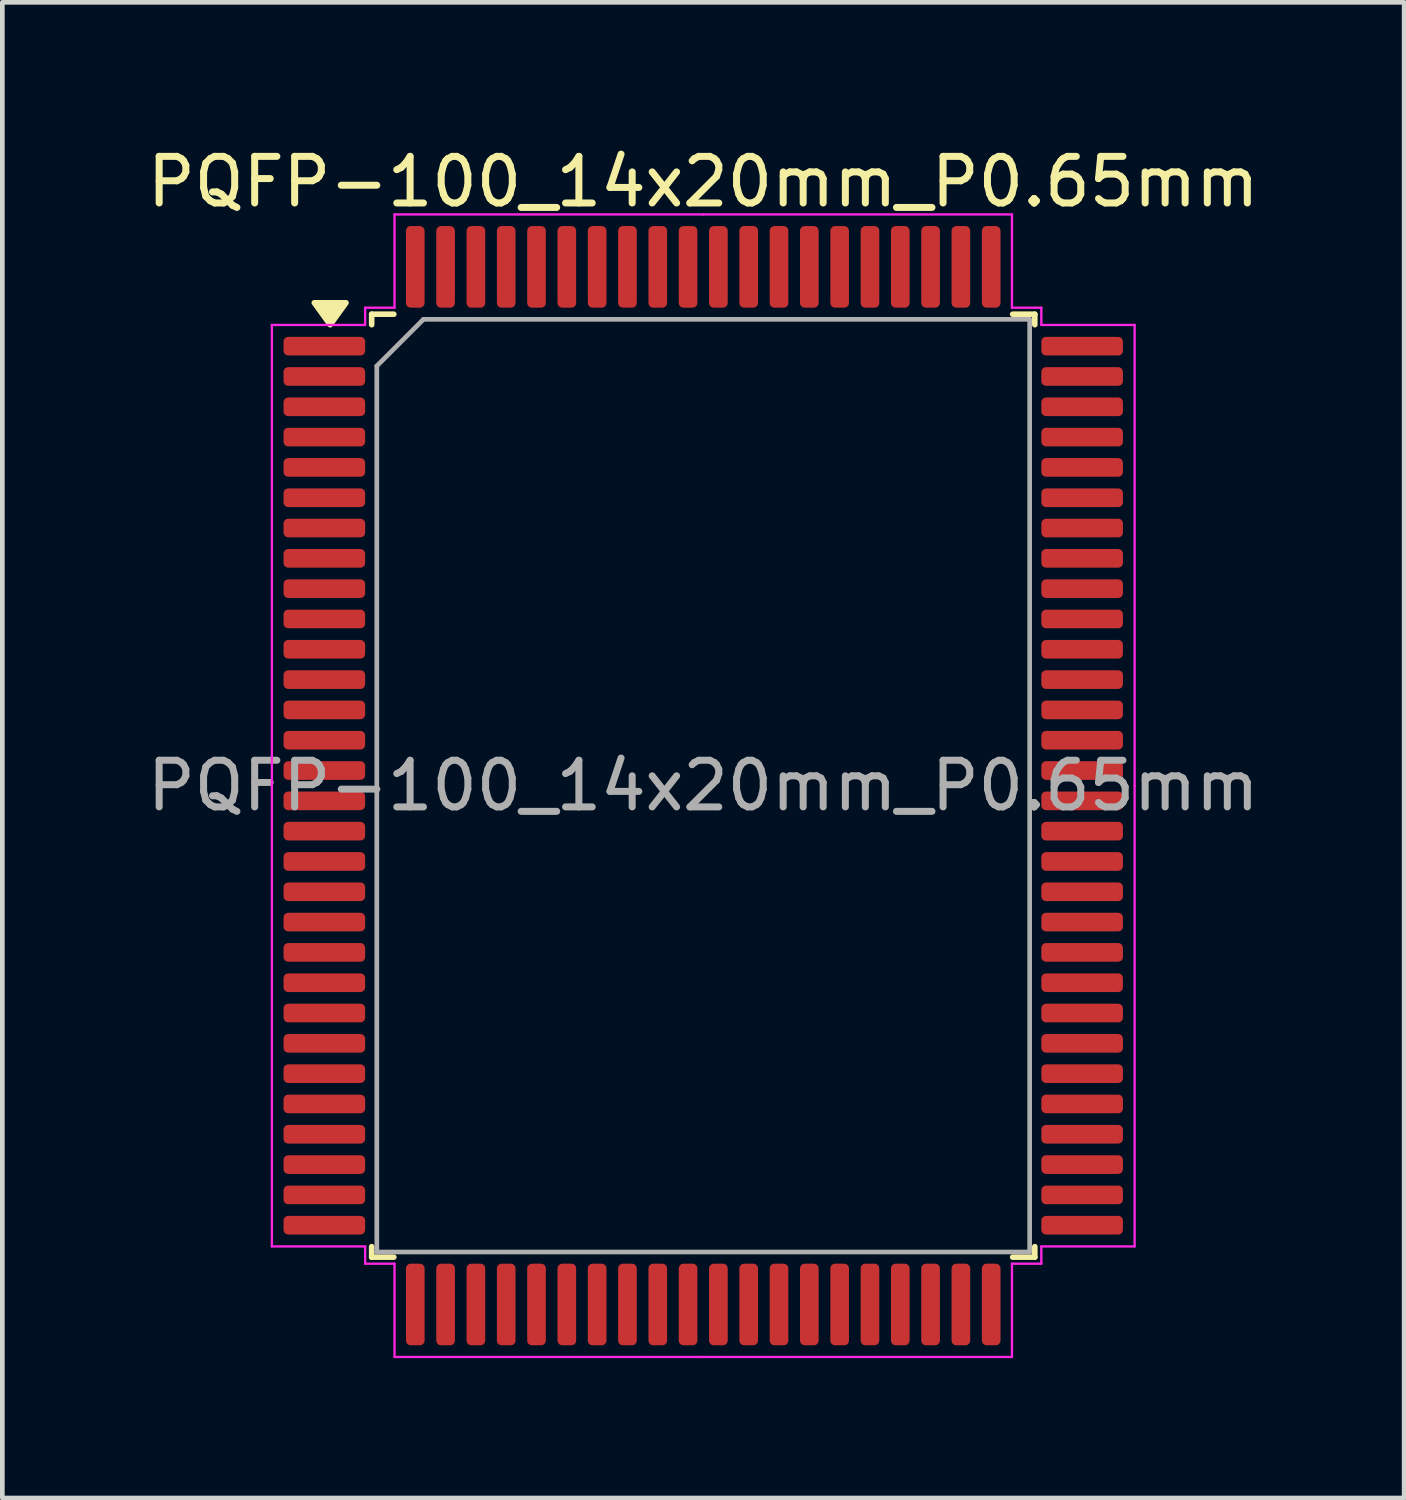
<source format=kicad_pcb>
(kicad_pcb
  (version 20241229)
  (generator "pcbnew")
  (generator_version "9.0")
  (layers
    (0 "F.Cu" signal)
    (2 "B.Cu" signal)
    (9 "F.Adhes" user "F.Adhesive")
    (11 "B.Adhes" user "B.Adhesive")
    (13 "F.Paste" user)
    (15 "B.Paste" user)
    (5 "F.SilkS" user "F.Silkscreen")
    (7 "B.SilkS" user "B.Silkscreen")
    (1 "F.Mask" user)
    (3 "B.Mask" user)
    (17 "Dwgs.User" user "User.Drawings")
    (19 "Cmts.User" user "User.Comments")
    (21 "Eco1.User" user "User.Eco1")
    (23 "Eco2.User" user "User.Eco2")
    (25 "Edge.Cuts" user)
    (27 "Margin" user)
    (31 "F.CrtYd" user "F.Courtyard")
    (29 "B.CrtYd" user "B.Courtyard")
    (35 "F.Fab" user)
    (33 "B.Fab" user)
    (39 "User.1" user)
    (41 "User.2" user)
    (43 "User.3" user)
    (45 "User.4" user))
  (footprint "PQFP-100_14x20mm_P0.65mm"
    (layer "F.Cu")
    (at 12.03 13.798)
    (property "Reference" "PQFP-100_14x20mm_P0.65mm" (at 0 -12.95 0) (layer "F.SilkS") (effects (font (size 1 1) (thickness 0.15))))
    (attr smd)
    (fp_line (start -7.11 -10.11) (end -7.11 -9.885) (stroke (width 0.12) (type solid)) (layer "F.SilkS"))
    (fp_line (start -7.11 10.11) (end -7.11 9.885) (stroke (width 0.12) (type solid)) (layer "F.SilkS"))
    (fp_line (start -6.635 -10.11) (end -7.11 -10.11) (stroke (width 0.12) (type solid)) (layer "F.SilkS"))
    (fp_line (start -6.635 10.11) (end -7.11 10.11) (stroke (width 0.12) (type solid)) (layer "F.SilkS"))
    (fp_line (start 6.635 -10.11) (end 7.11 -10.11) (stroke (width 0.12) (type solid)) (layer "F.SilkS"))
    (fp_line (start 6.635 10.11) (end 7.11 10.11) (stroke (width 0.12) (type solid)) (layer "F.SilkS"))
    (fp_line (start 7.11 -10.11) (end 7.11 -9.885) (stroke (width 0.12) (type solid)) (layer "F.SilkS"))
    (fp_line (start 7.11 10.11) (end 7.11 9.885) (stroke (width 0.12) (type solid)) (layer "F.SilkS"))
    (fp_poly (pts (xy -8 -9.885) (xy -8.34 -10.355) (xy -7.66 -10.355) (xy -8 -9.885)) (stroke (width 0.12) (type solid)) (fill yes) (layer "F.SilkS"))
    (fp_line (start -9.25 -9.88) (end -9.25 0) (stroke (width 0.05) (type solid)) (layer "F.CrtYd"))
    (fp_line (start -9.25 9.88) (end -9.25 0) (stroke (width 0.05) (type solid)) (layer "F.CrtYd"))
    (fp_line (start -7.25 -10.25) (end -7.25 -9.88) (stroke (width 0.05) (type solid)) (layer "F.CrtYd"))
    (fp_line (start -7.25 -9.88) (end -9.25 -9.88) (stroke (width 0.05) (type solid)) (layer "F.CrtYd"))
    (fp_line (start -7.25 9.88) (end -9.25 9.88) (stroke (width 0.05) (type solid)) (layer "F.CrtYd"))
    (fp_line (start -7.25 10.25) (end -7.25 9.88) (stroke (width 0.05) (type solid)) (layer "F.CrtYd"))
    (fp_line (start -6.62 -12.25) (end -6.62 -10.25) (stroke (width 0.05) (type solid)) (layer "F.CrtYd"))
    (fp_line (start -6.62 -10.25) (end -7.25 -10.25) (stroke (width 0.05) (type solid)) (layer "F.CrtYd"))
    (fp_line (start -6.62 10.25) (end -7.25 10.25) (stroke (width 0.05) (type solid)) (layer "F.CrtYd"))
    (fp_line (start -6.62 12.25) (end -6.62 10.25) (stroke (width 0.05) (type solid)) (layer "F.CrtYd"))
    (fp_line (start 0 -12.25) (end -6.62 -12.25) (stroke (width 0.05) (type solid)) (layer "F.CrtYd"))
    (fp_line (start 0 -12.25) (end 6.62 -12.25) (stroke (width 0.05) (type solid)) (layer "F.CrtYd"))
    (fp_line (start 0 12.25) (end -6.62 12.25) (stroke (width 0.05) (type solid)) (layer "F.CrtYd"))
    (fp_line (start 0 12.25) (end 6.62 12.25) (stroke (width 0.05) (type solid)) (layer "F.CrtYd"))
    (fp_line (start 6.62 -12.25) (end 6.62 -10.25) (stroke (width 0.05) (type solid)) (layer "F.CrtYd"))
    (fp_line (start 6.62 -10.25) (end 7.25 -10.25) (stroke (width 0.05) (type solid)) (layer "F.CrtYd"))
    (fp_line (start 6.62 10.25) (end 7.25 10.25) (stroke (width 0.05) (type solid)) (layer "F.CrtYd"))
    (fp_line (start 6.62 12.25) (end 6.62 10.25) (stroke (width 0.05) (type solid)) (layer "F.CrtYd"))
    (fp_line (start 7.25 -10.25) (end 7.25 -9.88) (stroke (width 0.05) (type solid)) (layer "F.CrtYd"))
    (fp_line (start 7.25 -9.88) (end 9.25 -9.88) (stroke (width 0.05) (type solid)) (layer "F.CrtYd"))
    (fp_line (start 7.25 9.88) (end 9.25 9.88) (stroke (width 0.05) (type solid)) (layer "F.CrtYd"))
    (fp_line (start 7.25 10.25) (end 7.25 9.88) (stroke (width 0.05) (type solid)) (layer "F.CrtYd"))
    (fp_line (start 9.25 -9.88) (end 9.25 0) (stroke (width 0.05) (type solid)) (layer "F.CrtYd"))
    (fp_line (start 9.25 9.88) (end 9.25 0) (stroke (width 0.05) (type solid)) (layer "F.CrtYd"))
    (fp_line (start -7 -9) (end -6 -10) (stroke (width 0.1) (type solid)) (layer "F.Fab"))
    (fp_line (start -7 10) (end -7 -9) (stroke (width 0.1) (type solid)) (layer "F.Fab"))
    (fp_line (start -6 -10) (end 7 -10) (stroke (width 0.1) (type solid)) (layer "F.Fab"))
    (fp_line (start 7 -10) (end 7 10) (stroke (width 0.1) (type solid)) (layer "F.Fab"))
    (fp_line (start 7 10) (end -7 10) (stroke (width 0.1) (type solid)) (layer "F.Fab"))
    (fp_text user "${REFERENCE}" (at 0 0 0) (layer "F.Fab") (effects (font (size 1 1) (thickness 0.15))))
    (pad "1" smd roundrect (at -8.125 -9.425) (size 1.75 0.4) (layers "F.Cu" "F.Mask" "F.Paste") (roundrect_rratio 0.25))
    (pad "2" smd roundrect (at -8.125 -8.775) (size 1.75 0.4) (layers "F.Cu" "F.Mask" "F.Paste") (roundrect_rratio 0.25))
    (pad "3" smd roundrect (at -8.125 -8.125) (size 1.75 0.4) (layers "F.Cu" "F.Mask" "F.Paste") (roundrect_rratio 0.25))
    (pad "4" smd roundrect (at -8.125 -7.475) (size 1.75 0.4) (layers "F.Cu" "F.Mask" "F.Paste") (roundrect_rratio 0.25))
    (pad "5" smd roundrect (at -8.125 -6.825) (size 1.75 0.4) (layers "F.Cu" "F.Mask" "F.Paste") (roundrect_rratio 0.25))
    (pad "6" smd roundrect (at -8.125 -6.175) (size 1.75 0.4) (layers "F.Cu" "F.Mask" "F.Paste") (roundrect_rratio 0.25))
    (pad "7" smd roundrect (at -8.125 -5.525) (size 1.75 0.4) (layers "F.Cu" "F.Mask" "F.Paste") (roundrect_rratio 0.25))
    (pad "8" smd roundrect (at -8.125 -4.875) (size 1.75 0.4) (layers "F.Cu" "F.Mask" "F.Paste") (roundrect_rratio 0.25))
    (pad "9" smd roundrect (at -8.125 -4.225) (size 1.75 0.4) (layers "F.Cu" "F.Mask" "F.Paste") (roundrect_rratio 0.25))
    (pad "10" smd roundrect (at -8.125 -3.575) (size 1.75 0.4) (layers "F.Cu" "F.Mask" "F.Paste") (roundrect_rratio 0.25))
    (pad "11" smd roundrect (at -8.125 -2.925) (size 1.75 0.4) (layers "F.Cu" "F.Mask" "F.Paste") (roundrect_rratio 0.25))
    (pad "12" smd roundrect (at -8.125 -2.275) (size 1.75 0.4) (layers "F.Cu" "F.Mask" "F.Paste") (roundrect_rratio 0.25))
    (pad "13" smd roundrect (at -8.125 -1.625) (size 1.75 0.4) (layers "F.Cu" "F.Mask" "F.Paste") (roundrect_rratio 0.25))
    (pad "14" smd roundrect (at -8.125 -0.975) (size 1.75 0.4) (layers "F.Cu" "F.Mask" "F.Paste") (roundrect_rratio 0.25))
    (pad "15" smd roundrect (at -8.125 -0.325) (size 1.75 0.4) (layers "F.Cu" "F.Mask" "F.Paste") (roundrect_rratio 0.25))
    (pad "16" smd roundrect (at -8.125 0.325) (size 1.75 0.4) (layers "F.Cu" "F.Mask" "F.Paste") (roundrect_rratio 0.25))
    (pad "17" smd roundrect (at -8.125 0.975) (size 1.75 0.4) (layers "F.Cu" "F.Mask" "F.Paste") (roundrect_rratio 0.25))
    (pad "18" smd roundrect (at -8.125 1.625) (size 1.75 0.4) (layers "F.Cu" "F.Mask" "F.Paste") (roundrect_rratio 0.25))
    (pad "19" smd roundrect (at -8.125 2.275) (size 1.75 0.4) (layers "F.Cu" "F.Mask" "F.Paste") (roundrect_rratio 0.25))
    (pad "20" smd roundrect (at -8.125 2.925) (size 1.75 0.4) (layers "F.Cu" "F.Mask" "F.Paste") (roundrect_rratio 0.25))
    (pad "21" smd roundrect (at -8.125 3.575) (size 1.75 0.4) (layers "F.Cu" "F.Mask" "F.Paste") (roundrect_rratio 0.25))
    (pad "22" smd roundrect (at -8.125 4.225) (size 1.75 0.4) (layers "F.Cu" "F.Mask" "F.Paste") (roundrect_rratio 0.25))
    (pad "23" smd roundrect (at -8.125 4.875) (size 1.75 0.4) (layers "F.Cu" "F.Mask" "F.Paste") (roundrect_rratio 0.25))
    (pad "24" smd roundrect (at -8.125 5.525) (size 1.75 0.4) (layers "F.Cu" "F.Mask" "F.Paste") (roundrect_rratio 0.25))
    (pad "25" smd roundrect (at -8.125 6.175) (size 1.75 0.4) (layers "F.Cu" "F.Mask" "F.Paste") (roundrect_rratio 0.25))
    (pad "26" smd roundrect (at -8.125 6.825) (size 1.75 0.4) (layers "F.Cu" "F.Mask" "F.Paste") (roundrect_rratio 0.25))
    (pad "27" smd roundrect (at -8.125 7.475) (size 1.75 0.4) (layers "F.Cu" "F.Mask" "F.Paste") (roundrect_rratio 0.25))
    (pad "28" smd roundrect (at -8.125 8.125) (size 1.75 0.4) (layers "F.Cu" "F.Mask" "F.Paste") (roundrect_rratio 0.25))
    (pad "29" smd roundrect (at -8.125 8.775) (size 1.75 0.4) (layers "F.Cu" "F.Mask" "F.Paste") (roundrect_rratio 0.25))
    (pad "30" smd roundrect (at -8.125 9.425) (size 1.75 0.4) (layers "F.Cu" "F.Mask" "F.Paste") (roundrect_rratio 0.25))
    (pad "31" smd roundrect (at -6.175 11.125) (size 0.4 1.75) (layers "F.Cu" "F.Mask" "F.Paste") (roundrect_rratio 0.25))
    (pad "32" smd roundrect (at -5.525 11.125) (size 0.4 1.75) (layers "F.Cu" "F.Mask" "F.Paste") (roundrect_rratio 0.25))
    (pad "33" smd roundrect (at -4.875 11.125) (size 0.4 1.75) (layers "F.Cu" "F.Mask" "F.Paste") (roundrect_rratio 0.25))
    (pad "34" smd roundrect (at -4.225 11.125) (size 0.4 1.75) (layers "F.Cu" "F.Mask" "F.Paste") (roundrect_rratio 0.25))
    (pad "35" smd roundrect (at -3.575 11.125) (size 0.4 1.75) (layers "F.Cu" "F.Mask" "F.Paste") (roundrect_rratio 0.25))
    (pad "36" smd roundrect (at -2.925 11.125) (size 0.4 1.75) (layers "F.Cu" "F.Mask" "F.Paste") (roundrect_rratio 0.25))
    (pad "37" smd roundrect (at -2.275 11.125) (size 0.4 1.75) (layers "F.Cu" "F.Mask" "F.Paste") (roundrect_rratio 0.25))
    (pad "38" smd roundrect (at -1.625 11.125) (size 0.4 1.75) (layers "F.Cu" "F.Mask" "F.Paste") (roundrect_rratio 0.25))
    (pad "39" smd roundrect (at -0.975 11.125) (size 0.4 1.75) (layers "F.Cu" "F.Mask" "F.Paste") (roundrect_rratio 0.25))
    (pad "40" smd roundrect (at -0.325 11.125) (size 0.4 1.75) (layers "F.Cu" "F.Mask" "F.Paste") (roundrect_rratio 0.25))
    (pad "41" smd roundrect (at 0.325 11.125) (size 0.4 1.75) (layers "F.Cu" "F.Mask" "F.Paste") (roundrect_rratio 0.25))
    (pad "42" smd roundrect (at 0.975 11.125) (size 0.4 1.75) (layers "F.Cu" "F.Mask" "F.Paste") (roundrect_rratio 0.25))
    (pad "43" smd roundrect (at 1.625 11.125) (size 0.4 1.75) (layers "F.Cu" "F.Mask" "F.Paste") (roundrect_rratio 0.25))
    (pad "44" smd roundrect (at 2.275 11.125) (size 0.4 1.75) (layers "F.Cu" "F.Mask" "F.Paste") (roundrect_rratio 0.25))
    (pad "45" smd roundrect (at 2.925 11.125) (size 0.4 1.75) (layers "F.Cu" "F.Mask" "F.Paste") (roundrect_rratio 0.25))
    (pad "46" smd roundrect (at 3.575 11.125) (size 0.4 1.75) (layers "F.Cu" "F.Mask" "F.Paste") (roundrect_rratio 0.25))
    (pad "47" smd roundrect (at 4.225 11.125) (size 0.4 1.75) (layers "F.Cu" "F.Mask" "F.Paste") (roundrect_rratio 0.25))
    (pad "48" smd roundrect (at 4.875 11.125) (size 0.4 1.75) (layers "F.Cu" "F.Mask" "F.Paste") (roundrect_rratio 0.25))
    (pad "49" smd roundrect (at 5.525 11.125) (size 0.4 1.75) (layers "F.Cu" "F.Mask" "F.Paste") (roundrect_rratio 0.25))
    (pad "50" smd roundrect (at 6.175 11.125) (size 0.4 1.75) (layers "F.Cu" "F.Mask" "F.Paste") (roundrect_rratio 0.25))
    (pad "51" smd roundrect (at 8.125 9.425) (size 1.75 0.4) (layers "F.Cu" "F.Mask" "F.Paste") (roundrect_rratio 0.25))
    (pad "52" smd roundrect (at 8.125 8.775) (size 1.75 0.4) (layers "F.Cu" "F.Mask" "F.Paste") (roundrect_rratio 0.25))
    (pad "53" smd roundrect (at 8.125 8.125) (size 1.75 0.4) (layers "F.Cu" "F.Mask" "F.Paste") (roundrect_rratio 0.25))
    (pad "54" smd roundrect (at 8.125 7.475) (size 1.75 0.4) (layers "F.Cu" "F.Mask" "F.Paste") (roundrect_rratio 0.25))
    (pad "55" smd roundrect (at 8.125 6.825) (size 1.75 0.4) (layers "F.Cu" "F.Mask" "F.Paste") (roundrect_rratio 0.25))
    (pad "56" smd roundrect (at 8.125 6.175) (size 1.75 0.4) (layers "F.Cu" "F.Mask" "F.Paste") (roundrect_rratio 0.25))
    (pad "57" smd roundrect (at 8.125 5.525) (size 1.75 0.4) (layers "F.Cu" "F.Mask" "F.Paste") (roundrect_rratio 0.25))
    (pad "58" smd roundrect (at 8.125 4.875) (size 1.75 0.4) (layers "F.Cu" "F.Mask" "F.Paste") (roundrect_rratio 0.25))
    (pad "59" smd roundrect (at 8.125 4.225) (size 1.75 0.4) (layers "F.Cu" "F.Mask" "F.Paste") (roundrect_rratio 0.25))
    (pad "60" smd roundrect (at 8.125 3.575) (size 1.75 0.4) (layers "F.Cu" "F.Mask" "F.Paste") (roundrect_rratio 0.25))
    (pad "61" smd roundrect (at 8.125 2.925) (size 1.75 0.4) (layers "F.Cu" "F.Mask" "F.Paste") (roundrect_rratio 0.25))
    (pad "62" smd roundrect (at 8.125 2.275) (size 1.75 0.4) (layers "F.Cu" "F.Mask" "F.Paste") (roundrect_rratio 0.25))
    (pad "63" smd roundrect (at 8.125 1.625) (size 1.75 0.4) (layers "F.Cu" "F.Mask" "F.Paste") (roundrect_rratio 0.25))
    (pad "64" smd roundrect (at 8.125 0.975) (size 1.75 0.4) (layers "F.Cu" "F.Mask" "F.Paste") (roundrect_rratio 0.25))
    (pad "65" smd roundrect (at 8.125 0.325) (size 1.75 0.4) (layers "F.Cu" "F.Mask" "F.Paste") (roundrect_rratio 0.25))
    (pad "66" smd roundrect (at 8.125 -0.325) (size 1.75 0.4) (layers "F.Cu" "F.Mask" "F.Paste") (roundrect_rratio 0.25))
    (pad "67" smd roundrect (at 8.125 -0.975) (size 1.75 0.4) (layers "F.Cu" "F.Mask" "F.Paste") (roundrect_rratio 0.25))
    (pad "68" smd roundrect (at 8.125 -1.625) (size 1.75 0.4) (layers "F.Cu" "F.Mask" "F.Paste") (roundrect_rratio 0.25))
    (pad "69" smd roundrect (at 8.125 -2.275) (size 1.75 0.4) (layers "F.Cu" "F.Mask" "F.Paste") (roundrect_rratio 0.25))
    (pad "70" smd roundrect (at 8.125 -2.925) (size 1.75 0.4) (layers "F.Cu" "F.Mask" "F.Paste") (roundrect_rratio 0.25))
    (pad "71" smd roundrect (at 8.125 -3.575) (size 1.75 0.4) (layers "F.Cu" "F.Mask" "F.Paste") (roundrect_rratio 0.25))
    (pad "72" smd roundrect (at 8.125 -4.225) (size 1.75 0.4) (layers "F.Cu" "F.Mask" "F.Paste") (roundrect_rratio 0.25))
    (pad "73" smd roundrect (at 8.125 -4.875) (size 1.75 0.4) (layers "F.Cu" "F.Mask" "F.Paste") (roundrect_rratio 0.25))
    (pad "74" smd roundrect (at 8.125 -5.525) (size 1.75 0.4) (layers "F.Cu" "F.Mask" "F.Paste") (roundrect_rratio 0.25))
    (pad "75" smd roundrect (at 8.125 -6.175) (size 1.75 0.4) (layers "F.Cu" "F.Mask" "F.Paste") (roundrect_rratio 0.25))
    (pad "76" smd roundrect (at 8.125 -6.825) (size 1.75 0.4) (layers "F.Cu" "F.Mask" "F.Paste") (roundrect_rratio 0.25))
    (pad "77" smd roundrect (at 8.125 -7.475) (size 1.75 0.4) (layers "F.Cu" "F.Mask" "F.Paste") (roundrect_rratio 0.25))
    (pad "78" smd roundrect (at 8.125 -8.125) (size 1.75 0.4) (layers "F.Cu" "F.Mask" "F.Paste") (roundrect_rratio 0.25))
    (pad "79" smd roundrect (at 8.125 -8.775) (size 1.75 0.4) (layers "F.Cu" "F.Mask" "F.Paste") (roundrect_rratio 0.25))
    (pad "80" smd roundrect (at 8.125 -9.425) (size 1.75 0.4) (layers "F.Cu" "F.Mask" "F.Paste") (roundrect_rratio 0.25))
    (pad "81" smd roundrect (at 6.175 -11.125) (size 0.4 1.75) (layers "F.Cu" "F.Mask" "F.Paste") (roundrect_rratio 0.25))
    (pad "82" smd roundrect (at 5.525 -11.125) (size 0.4 1.75) (layers "F.Cu" "F.Mask" "F.Paste") (roundrect_rratio 0.25))
    (pad "83" smd roundrect (at 4.875 -11.125) (size 0.4 1.75) (layers "F.Cu" "F.Mask" "F.Paste") (roundrect_rratio 0.25))
    (pad "84" smd roundrect (at 4.225 -11.125) (size 0.4 1.75) (layers "F.Cu" "F.Mask" "F.Paste") (roundrect_rratio 0.25))
    (pad "85" smd roundrect (at 3.575 -11.125) (size 0.4 1.75) (layers "F.Cu" "F.Mask" "F.Paste") (roundrect_rratio 0.25))
    (pad "86" smd roundrect (at 2.925 -11.125) (size 0.4 1.75) (layers "F.Cu" "F.Mask" "F.Paste") (roundrect_rratio 0.25))
    (pad "87" smd roundrect (at 2.275 -11.125) (size 0.4 1.75) (layers "F.Cu" "F.Mask" "F.Paste") (roundrect_rratio 0.25))
    (pad "88" smd roundrect (at 1.625 -11.125) (size 0.4 1.75) (layers "F.Cu" "F.Mask" "F.Paste") (roundrect_rratio 0.25))
    (pad "89" smd roundrect (at 0.975 -11.125) (size 0.4 1.75) (layers "F.Cu" "F.Mask" "F.Paste") (roundrect_rratio 0.25))
    (pad "90" smd roundrect (at 0.325 -11.125) (size 0.4 1.75) (layers "F.Cu" "F.Mask" "F.Paste") (roundrect_rratio 0.25))
    (pad "91" smd roundrect (at -0.325 -11.125) (size 0.4 1.75) (layers "F.Cu" "F.Mask" "F.Paste") (roundrect_rratio 0.25))
    (pad "92" smd roundrect (at -0.975 -11.125) (size 0.4 1.75) (layers "F.Cu" "F.Mask" "F.Paste") (roundrect_rratio 0.25))
    (pad "93" smd roundrect (at -1.625 -11.125) (size 0.4 1.75) (layers "F.Cu" "F.Mask" "F.Paste") (roundrect_rratio 0.25))
    (pad "94" smd roundrect (at -2.275 -11.125) (size 0.4 1.75) (layers "F.Cu" "F.Mask" "F.Paste") (roundrect_rratio 0.25))
    (pad "95" smd roundrect (at -2.925 -11.125) (size 0.4 1.75) (layers "F.Cu" "F.Mask" "F.Paste") (roundrect_rratio 0.25))
    (pad "96" smd roundrect (at -3.575 -11.125) (size 0.4 1.75) (layers "F.Cu" "F.Mask" "F.Paste") (roundrect_rratio 0.25))
    (pad "97" smd roundrect (at -4.225 -11.125) (size 0.4 1.75) (layers "F.Cu" "F.Mask" "F.Paste") (roundrect_rratio 0.25))
    (pad "98" smd roundrect (at -4.875 -11.125) (size 0.4 1.75) (layers "F.Cu" "F.Mask" "F.Paste") (roundrect_rratio 0.25))
    (pad "99" smd roundrect (at -5.525 -11.125) (size 0.4 1.75) (layers "F.Cu" "F.Mask" "F.Paste") (roundrect_rratio 0.25))
    (pad "100" smd roundrect (at -6.175 -11.125) (size 0.4 1.75) (layers "F.Cu" "F.Mask" "F.Paste") (roundrect_rratio 0.25)))
  (gr_rect
    (start -3 -3)
    (end 27.06 29.073)
    (stroke (width 0.1) (type default))
    (fill no)
    (layer "Edge.Cuts")))
</source>
